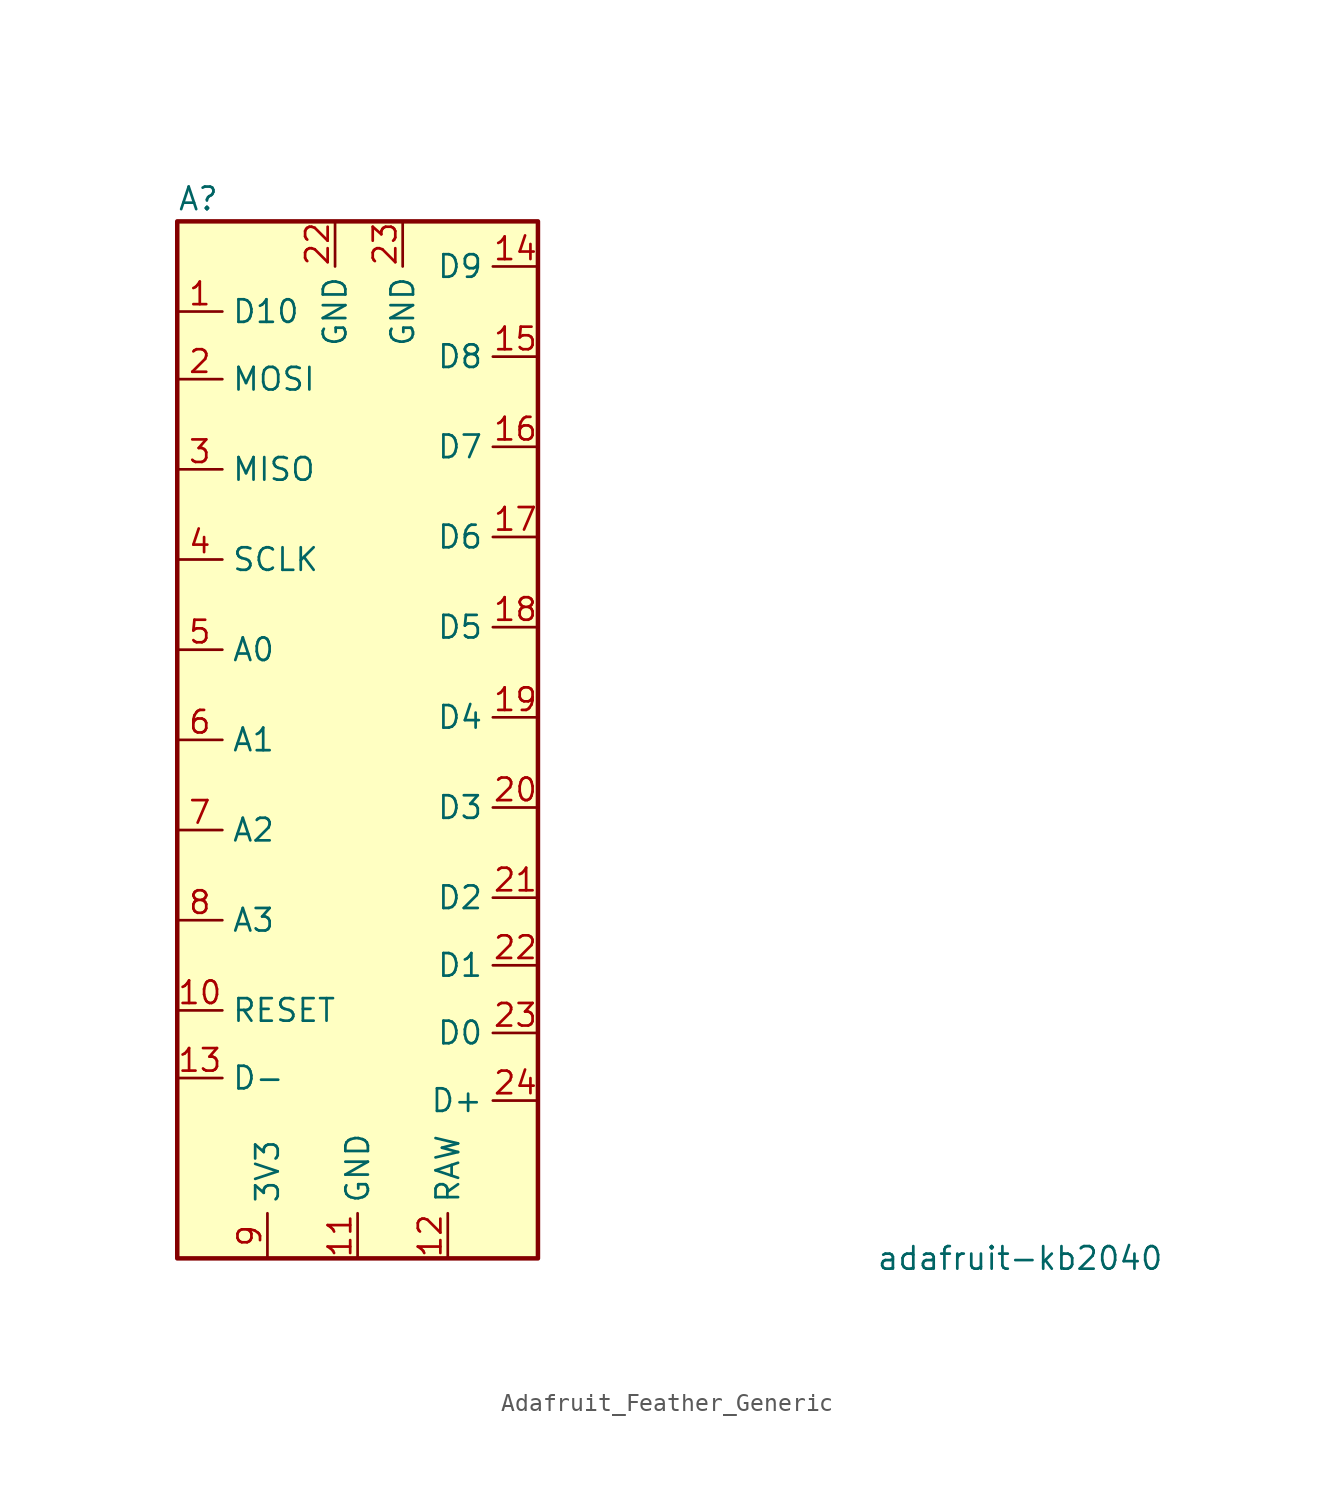
<source format=kicad_sym>
(kicad_symbol_lib
  (version 20231120)
  (generator "kicad_symbol_editor")
  (generator_version "8.0")
  (symbol "Adafruit_Feather_Generic"
    (property "Reference" "A"
      (at -10.16 29.21 0)
      (effects (font (size 1.27 1.27)) (justify left)))
    (property "Value" "adafruit-kb2040"
      (at 29.21 -30.48 0)
      (effects (font (size 1.27 1.27)) (justify left)))
    (symbol "Adafruit_Feather_Generic_0_1"
      (rectangle (start -10.16 27.94) (end 10.16 -30.48) (stroke (width 0.254) (type default)) (fill (type background))))
    (symbol "Adafruit_Feather_Generic_1_1"
      (pin bidirectional line (at -10.16 22.86 0) (length 2.54) (name "D10" (effects (font (size 1.27 1.27)))) (number "1" (effects (font (size 1.27 1.27)))))
      (pin input line (at -10.16 -16.51 0) (length 2.54) (name "RESET" (effects (font (size 1.27 1.27)))) (number "10" (effects (font (size 1.27 1.27)))))
      (pin power_in line (at 0 -30.48 90) (length 2.54) (name "GND" (effects (font (size 1.27 1.27)))) (number "11" (effects (font (size 1.27 1.27)))))
      (pin power_out line (at 5.08 -30.48 90) (length 2.54) (name "RAW" (effects (font (size 1.27 1.27)))) (number "12" (effects (font (size 1.27 1.27)))))
      (pin bidirectional line (at -10.16 -20.32 0) (length 2.54) (name "D-" (effects (font (size 1.27 1.27)))) (number "13" (effects (font (size 1.27 1.27)))))
      (pin bidirectional line (at 10.16 25.4 180) (length 2.54) (name "D9" (effects (font (size 1.27 1.27)))) (number "14" (effects (font (size 1.27 1.27)))))
      (pin bidirectional line (at 10.16 20.32 180) (length 2.54) (name "D8" (effects (font (size 1.27 1.27)))) (number "15" (effects (font (size 1.27 1.27)))))
      (pin bidirectional line (at 10.16 15.24 180) (length 2.54) (name "D7" (effects (font (size 1.27 1.27)))) (number "16" (effects (font (size 1.27 1.27)))))
      (pin bidirectional line (at 10.16 10.16 180) (length 2.54) (name "D6" (effects (font (size 1.27 1.27)))) (number "17" (effects (font (size 1.27 1.27)))))
      (pin bidirectional line (at 10.16 5.08 180) (length 2.54) (name "D5" (effects (font (size 1.27 1.27)))) (number "18" (effects (font (size 1.27 1.27)))))
      (pin bidirectional line (at 10.16 0 180) (length 2.54) (name "D4" (effects (font (size 1.27 1.27)))) (number "19" (effects (font (size 1.27 1.27)))))
      (pin bidirectional line (at -10.16 19.05 0) (length 2.54) (name "MOSI" (effects (font (size 1.27 1.27)))) (number "2" (effects (font (size 1.27 1.27)))))
      (pin bidirectional line (at 10.16 -5.08 180) (length 2.54) (name "D3" (effects (font (size 1.27 1.27)))) (number "20" (effects (font (size 1.27 1.27)))))
      (pin bidirectional line (at 10.16 -10.16 180) (length 2.54) (name "D2" (effects (font (size 1.27 1.27)))) (number "21" (effects (font (size 1.27 1.27)))))
      (pin bidirectional line (at 10.16 -13.97 180) (length 2.54) (name "D1" (effects (font (size 1.27 1.27)))) (number "22" (effects (font (size 1.27 1.27)))))
      (pin power_in line (at -1.27 27.94 270) (length 2.54) (name "GND" (effects (font (size 1.27 1.27)))) (number "22" (effects (font (size 1.27 1.27)))))
      (pin bidirectional line (at 10.16 -17.78 180) (length 2.54) (name "D0" (effects (font (size 1.27 1.27)))) (number "23" (effects (font (size 1.27 1.27)))))
      (pin power_in line (at 2.54 27.94 270) (length 2.54) (name "GND" (effects (font (size 1.27 1.27)))) (number "23" (effects (font (size 1.27 1.27)))))
      (pin bidirectional line (at 10.16 -21.59 180) (length 2.54) (name "D+" (effects (font (size 1.27 1.27)))) (number "24" (effects (font (size 1.27 1.27)))))
      (pin bidirectional line (at -10.16 13.97 0) (length 2.54) (name "MISO" (effects (font (size 1.27 1.27)))) (number "3" (effects (font (size 1.27 1.27)))))
      (pin bidirectional line (at -10.16 8.89 0) (length 2.54) (name "SCLK" (effects (font (size 1.27 1.27)))) (number "4" (effects (font (size 1.27 1.27)))))
      (pin bidirectional line (at -10.16 3.81 0) (length 2.54) (name "A0" (effects (font (size 1.27 1.27)))) (number "5" (effects (font (size 1.27 1.27)))))
      (pin bidirectional line (at -10.16 -1.27 0) (length 2.54) (name "A1" (effects (font (size 1.27 1.27)))) (number "6" (effects (font (size 1.27 1.27)))))
      (pin bidirectional line (at -10.16 -6.35 0) (length 2.54) (name "A2" (effects (font (size 1.27 1.27)))) (number "7" (effects (font (size 1.27 1.27)))))
      (pin bidirectional line (at -10.16 -11.43 0) (length 2.54) (name "A3" (effects (font (size 1.27 1.27)))) (number "8" (effects (font (size 1.27 1.27)))))
      (pin power_in line (at -5.08 -30.48 90) (length 2.54) (name "3V3" (effects (font (size 1.27 1.27)))) (number "9" (effects (font (size 1.27 1.27))))))))
</source>
